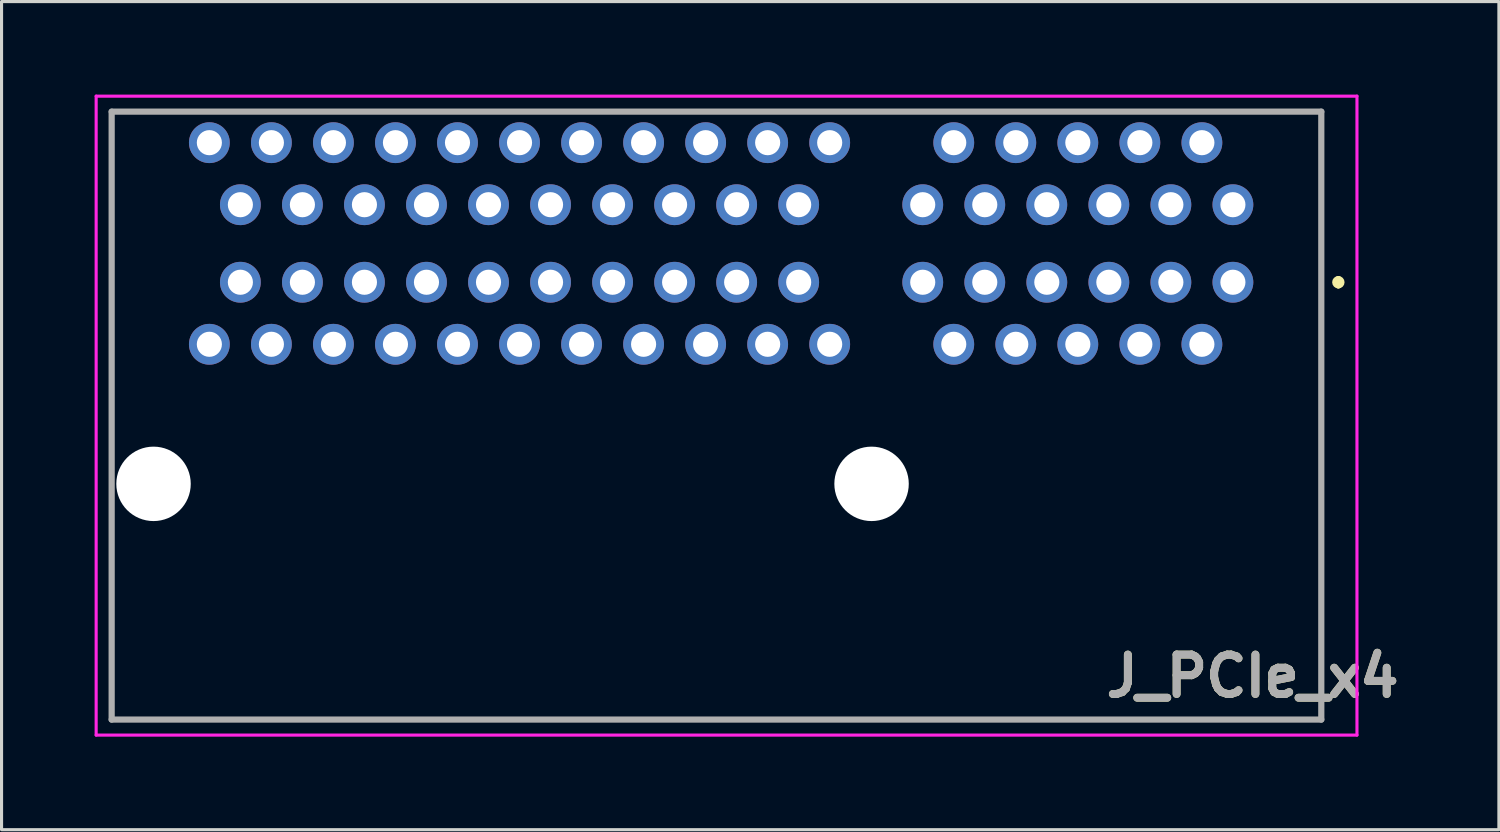
<source format=kicad_pcb>
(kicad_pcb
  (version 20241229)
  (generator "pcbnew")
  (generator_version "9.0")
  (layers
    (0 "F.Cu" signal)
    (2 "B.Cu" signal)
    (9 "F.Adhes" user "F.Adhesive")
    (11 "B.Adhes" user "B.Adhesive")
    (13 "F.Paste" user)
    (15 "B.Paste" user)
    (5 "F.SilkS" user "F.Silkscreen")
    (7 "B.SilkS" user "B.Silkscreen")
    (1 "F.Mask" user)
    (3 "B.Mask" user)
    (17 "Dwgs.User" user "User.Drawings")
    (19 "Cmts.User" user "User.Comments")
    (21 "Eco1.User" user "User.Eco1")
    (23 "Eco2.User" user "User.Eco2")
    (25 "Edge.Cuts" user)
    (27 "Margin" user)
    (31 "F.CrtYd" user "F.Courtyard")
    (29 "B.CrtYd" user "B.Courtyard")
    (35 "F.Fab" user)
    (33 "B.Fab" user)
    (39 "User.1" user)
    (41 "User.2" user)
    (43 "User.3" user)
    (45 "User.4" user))
  (footprint "J_PCIe_x4"
    (layer "F.Cu")
    (at 36.7 6.05)
    (property "Reference" "J_PCIe_x4" (at 0.635 12.7 0) (layer "F.SilkS") (effects (font (size 1.27 1.27) (thickness 0.254))))
    (attr through_hole)
    (fp_line (start -36.15 -5.5) (end -36.15 4.5) (stroke (width 0.1) (type solid)) (layer "F.SilkS"))
    (fp_line (start -36.15 8) (end -36.15 14.1) (stroke (width 0.1) (type solid)) (layer "F.SilkS"))
    (fp_line (start -36.15 14.1) (end 2.85 14.1) (stroke (width 0.1) (type solid)) (layer "F.SilkS"))
    (fp_line (start 2.85 -5.5) (end -36.15 -5.5) (stroke (width 0.1) (type solid)) (layer "F.SilkS"))
    (fp_line (start 2.85 14.1) (end 2.85 -5.5) (stroke (width 0.1) (type solid)) (layer "F.SilkS"))
    (fp_line (start 3.4 -0.1) (end 3.4 -0.1) (stroke (width 0.2) (type solid)) (layer "F.SilkS"))
    (fp_line (start 3.4 0.1) (end 3.4 0.1) (stroke (width 0.2) (type solid)) (layer "F.SilkS"))
    (fp_arc (start 3.4 -0.1) (mid 3.5 0) (end 3.4 0.1) (stroke (width 0.2) (type solid)) (layer "F.SilkS"))
    (fp_arc (start 3.4 0.1) (mid 3.3 0) (end 3.4 -0.1) (stroke (width 0.2) (type solid)) (layer "F.SilkS"))
    (fp_line (start -36.65 -6) (end 4 -6) (stroke (width 0.1) (type solid)) (layer "F.CrtYd"))
    (fp_line (start -36.65 14.6) (end -36.65 -6) (stroke (width 0.1) (type solid)) (layer "F.CrtYd"))
    (fp_line (start 4 -6) (end 4 14.6) (stroke (width 0.1) (type solid)) (layer "F.CrtYd"))
    (fp_line (start 4 14.6) (end -36.65 14.6) (stroke (width 0.1) (type solid)) (layer "F.CrtYd"))
    (fp_line (start -36.15 -5.5) (end 2.85 -5.5) (stroke (width 0.2) (type solid)) (layer "F.Fab"))
    (fp_line (start -36.15 14.1) (end -36.15 -5.5) (stroke (width 0.2) (type solid)) (layer "F.Fab"))
    (fp_line (start 2.85 -5.5) (end 2.85 14.1) (stroke (width 0.2) (type solid)) (layer "F.Fab"))
    (fp_line (start 2.85 14.1) (end -36.15 14.1) (stroke (width 0.2) (type solid)) (layer "F.Fab"))
    (fp_text user "${REFERENCE}" (at 0.635 12.7 0) (layer "F.Fab") (effects (font (size 1.27 1.27) (thickness 0.254))))
    (pad "" np_thru_hole circle (at -34.8 6.5) (size 2.4 2.4) (drill 2.4) (layers "*.Cu" "*.Mask"))
    (pad "" np_thru_hole circle (at -11.65 6.5) (size 2.4 2.4) (drill 2.4) (layers "*.Cu" "*.Mask"))
    (pad "A1" thru_hole circle (at 0 0) (size 1.316 1.316) (drill 0.81) (layers "*.Cu" "*.Mask"))
    (pad "A2" thru_hole circle (at -1 2) (size 1.316 1.316) (drill 0.81) (layers "*.Cu" "*.Mask"))
    (pad "A3" thru_hole circle (at -2 0) (size 1.316 1.316) (drill 0.81) (layers "*.Cu" "*.Mask"))
    (pad "A4" thru_hole circle (at -3 2) (size 1.316 1.316) (drill 0.81) (layers "*.Cu" "*.Mask"))
    (pad "A5" thru_hole circle (at -4 0) (size 1.316 1.316) (drill 0.81) (layers "*.Cu" "*.Mask"))
    (pad "A6" thru_hole circle (at -5 2) (size 1.316 1.316) (drill 0.81) (layers "*.Cu" "*.Mask"))
    (pad "A7" thru_hole circle (at -6 0) (size 1.316 1.316) (drill 0.81) (layers "*.Cu" "*.Mask"))
    (pad "A8" thru_hole circle (at -7 2) (size 1.316 1.316) (drill 0.81) (layers "*.Cu" "*.Mask"))
    (pad "A9" thru_hole circle (at -8 0) (size 1.316 1.316) (drill 0.81) (layers "*.Cu" "*.Mask"))
    (pad "A10" thru_hole circle (at -9 2) (size 1.316 1.316) (drill 0.81) (layers "*.Cu" "*.Mask"))
    (pad "A11" thru_hole circle (at -10 0) (size 1.316 1.316) (drill 0.81) (layers "*.Cu" "*.Mask"))
    (pad "A12" thru_hole circle (at -13 2) (size 1.316 1.316) (drill 0.81) (layers "*.Cu" "*.Mask"))
    (pad "A13" thru_hole circle (at -14 0) (size 1.316 1.316) (drill 0.81) (layers "*.Cu" "*.Mask"))
    (pad "A14" thru_hole circle (at -15 2) (size 1.316 1.316) (drill 0.81) (layers "*.Cu" "*.Mask"))
    (pad "A15" thru_hole circle (at -16 0) (size 1.316 1.316) (drill 0.81) (layers "*.Cu" "*.Mask"))
    (pad "A16" thru_hole circle (at -17 2) (size 1.316 1.316) (drill 0.81) (layers "*.Cu" "*.Mask"))
    (pad "A17" thru_hole circle (at -18 0) (size 1.316 1.316) (drill 0.81) (layers "*.Cu" "*.Mask"))
    (pad "A18" thru_hole circle (at -19 2) (size 1.316 1.316) (drill 0.81) (layers "*.Cu" "*.Mask"))
    (pad "A19" thru_hole circle (at -20 0) (size 1.316 1.316) (drill 0.81) (layers "*.Cu" "*.Mask"))
    (pad "A20" thru_hole circle (at -21 2) (size 1.316 1.316) (drill 0.81) (layers "*.Cu" "*.Mask"))
    (pad "A21" thru_hole circle (at -22 0) (size 1.316 1.316) (drill 0.81) (layers "*.Cu" "*.Mask"))
    (pad "A22" thru_hole circle (at -23 2) (size 1.316 1.316) (drill 0.81) (layers "*.Cu" "*.Mask"))
    (pad "A23" thru_hole circle (at -24 0) (size 1.316 1.316) (drill 0.81) (layers "*.Cu" "*.Mask"))
    (pad "A24" thru_hole circle (at -25 2) (size 1.316 1.316) (drill 0.81) (layers "*.Cu" "*.Mask"))
    (pad "A25" thru_hole circle (at -26 0) (size 1.316 1.316) (drill 0.81) (layers "*.Cu" "*.Mask"))
    (pad "A26" thru_hole circle (at -27 2) (size 1.316 1.316) (drill 0.81) (layers "*.Cu" "*.Mask"))
    (pad "A27" thru_hole circle (at -28 0) (size 1.316 1.316) (drill 0.81) (layers "*.Cu" "*.Mask"))
    (pad "A28" thru_hole circle (at -29 2) (size 1.316 1.316) (drill 0.81) (layers "*.Cu" "*.Mask"))
    (pad "A29" thru_hole circle (at -30 0) (size 1.316 1.316) (drill 0.81) (layers "*.Cu" "*.Mask"))
    (pad "A30" thru_hole circle (at -31 2) (size 1.316 1.316) (drill 0.81) (layers "*.Cu" "*.Mask"))
    (pad "A31" thru_hole circle (at -32 0) (size 1.316 1.316) (drill 0.81) (layers "*.Cu" "*.Mask"))
    (pad "A32" thru_hole circle (at -33 2) (size 1.316 1.316) (drill 0.81) (layers "*.Cu" "*.Mask"))
    (pad "B1" thru_hole circle (at 0 -2.5) (size 1.316 1.316) (drill 0.81) (layers "*.Cu" "*.Mask"))
    (pad "B2" thru_hole circle (at -1 -4.5) (size 1.316 1.316) (drill 0.81) (layers "*.Cu" "*.Mask"))
    (pad "B3" thru_hole circle (at -2 -2.5) (size 1.316 1.316) (drill 0.81) (layers "*.Cu" "*.Mask"))
    (pad "B4" thru_hole circle (at -3 -4.5) (size 1.316 1.316) (drill 0.81) (layers "*.Cu" "*.Mask"))
    (pad "B5" thru_hole circle (at -4 -2.5) (size 1.316 1.316) (drill 0.81) (layers "*.Cu" "*.Mask"))
    (pad "B6" thru_hole circle (at -5 -4.5) (size 1.316 1.316) (drill 0.81) (layers "*.Cu" "*.Mask"))
    (pad "B7" thru_hole circle (at -6 -2.5) (size 1.316 1.316) (drill 0.81) (layers "*.Cu" "*.Mask"))
    (pad "B8" thru_hole circle (at -7 -4.5) (size 1.316 1.316) (drill 0.81) (layers "*.Cu" "*.Mask"))
    (pad "B9" thru_hole circle (at -8 -2.5) (size 1.316 1.316) (drill 0.81) (layers "*.Cu" "*.Mask"))
    (pad "B10" thru_hole circle (at -9 -4.5) (size 1.316 1.316) (drill 0.81) (layers "*.Cu" "*.Mask"))
    (pad "B11" thru_hole circle (at -10 -2.5) (size 1.316 1.316) (drill 0.81) (layers "*.Cu" "*.Mask"))
    (pad "B12" thru_hole circle (at -13 -4.5) (size 1.316 1.316) (drill 0.81) (layers "*.Cu" "*.Mask"))
    (pad "B13" thru_hole circle (at -14 -2.5) (size 1.316 1.316) (drill 0.81) (layers "*.Cu" "*.Mask"))
    (pad "B14" thru_hole circle (at -15 -4.5) (size 1.316 1.316) (drill 0.81) (layers "*.Cu" "*.Mask"))
    (pad "B15" thru_hole circle (at -16 -2.5) (size 1.316 1.316) (drill 0.81) (layers "*.Cu" "*.Mask"))
    (pad "B16" thru_hole circle (at -17 -4.5) (size 1.316 1.316) (drill 0.81) (layers "*.Cu" "*.Mask"))
    (pad "B17" thru_hole circle (at -18 -2.5) (size 1.316 1.316) (drill 0.81) (layers "*.Cu" "*.Mask"))
    (pad "B18" thru_hole circle (at -19 -4.5) (size 1.316 1.316) (drill 0.81) (layers "*.Cu" "*.Mask"))
    (pad "B19" thru_hole circle (at -20 -2.5) (size 1.316 1.316) (drill 0.81) (layers "*.Cu" "*.Mask"))
    (pad "B20" thru_hole circle (at -21 -4.5) (size 1.316 1.316) (drill 0.81) (layers "*.Cu" "*.Mask"))
    (pad "B21" thru_hole circle (at -22 -2.5) (size 1.316 1.316) (drill 0.81) (layers "*.Cu" "*.Mask"))
    (pad "B22" thru_hole circle (at -23 -4.5) (size 1.316 1.316) (drill 0.81) (layers "*.Cu" "*.Mask"))
    (pad "B23" thru_hole circle (at -24 -2.5) (size 1.316 1.316) (drill 0.81) (layers "*.Cu" "*.Mask"))
    (pad "B24" thru_hole circle (at -25 -4.5) (size 1.316 1.316) (drill 0.81) (layers "*.Cu" "*.Mask"))
    (pad "B25" thru_hole circle (at -26 -2.5) (size 1.316 1.316) (drill 0.81) (layers "*.Cu" "*.Mask"))
    (pad "B26" thru_hole circle (at -27 -4.5) (size 1.316 1.316) (drill 0.81) (layers "*.Cu" "*.Mask"))
    (pad "B27" thru_hole circle (at -28 -2.5) (size 1.316 1.316) (drill 0.81) (layers "*.Cu" "*.Mask"))
    (pad "B28" thru_hole circle (at -29 -4.5) (size 1.316 1.316) (drill 0.81) (layers "*.Cu" "*.Mask"))
    (pad "B29" thru_hole circle (at -30 -2.5) (size 1.316 1.316) (drill 0.81) (layers "*.Cu" "*.Mask"))
    (pad "B30" thru_hole circle (at -31 -4.5) (size 1.316 1.316) (drill 0.81) (layers "*.Cu" "*.Mask"))
    (pad "B31" thru_hole circle (at -32 -2.5) (size 1.316 1.316) (drill 0.81) (layers "*.Cu" "*.Mask"))
    (pad "B32" thru_hole circle (at -33 -4.5) (size 1.316 1.316) (drill 0.81) (layers "*.Cu" "*.Mask")))
  (gr_rect
    (start -3 -3)
    (end 45.276 23.7)
    (stroke (width 0.1) (type default))
    (fill no)
    (layer "Edge.Cuts")))
</source>
